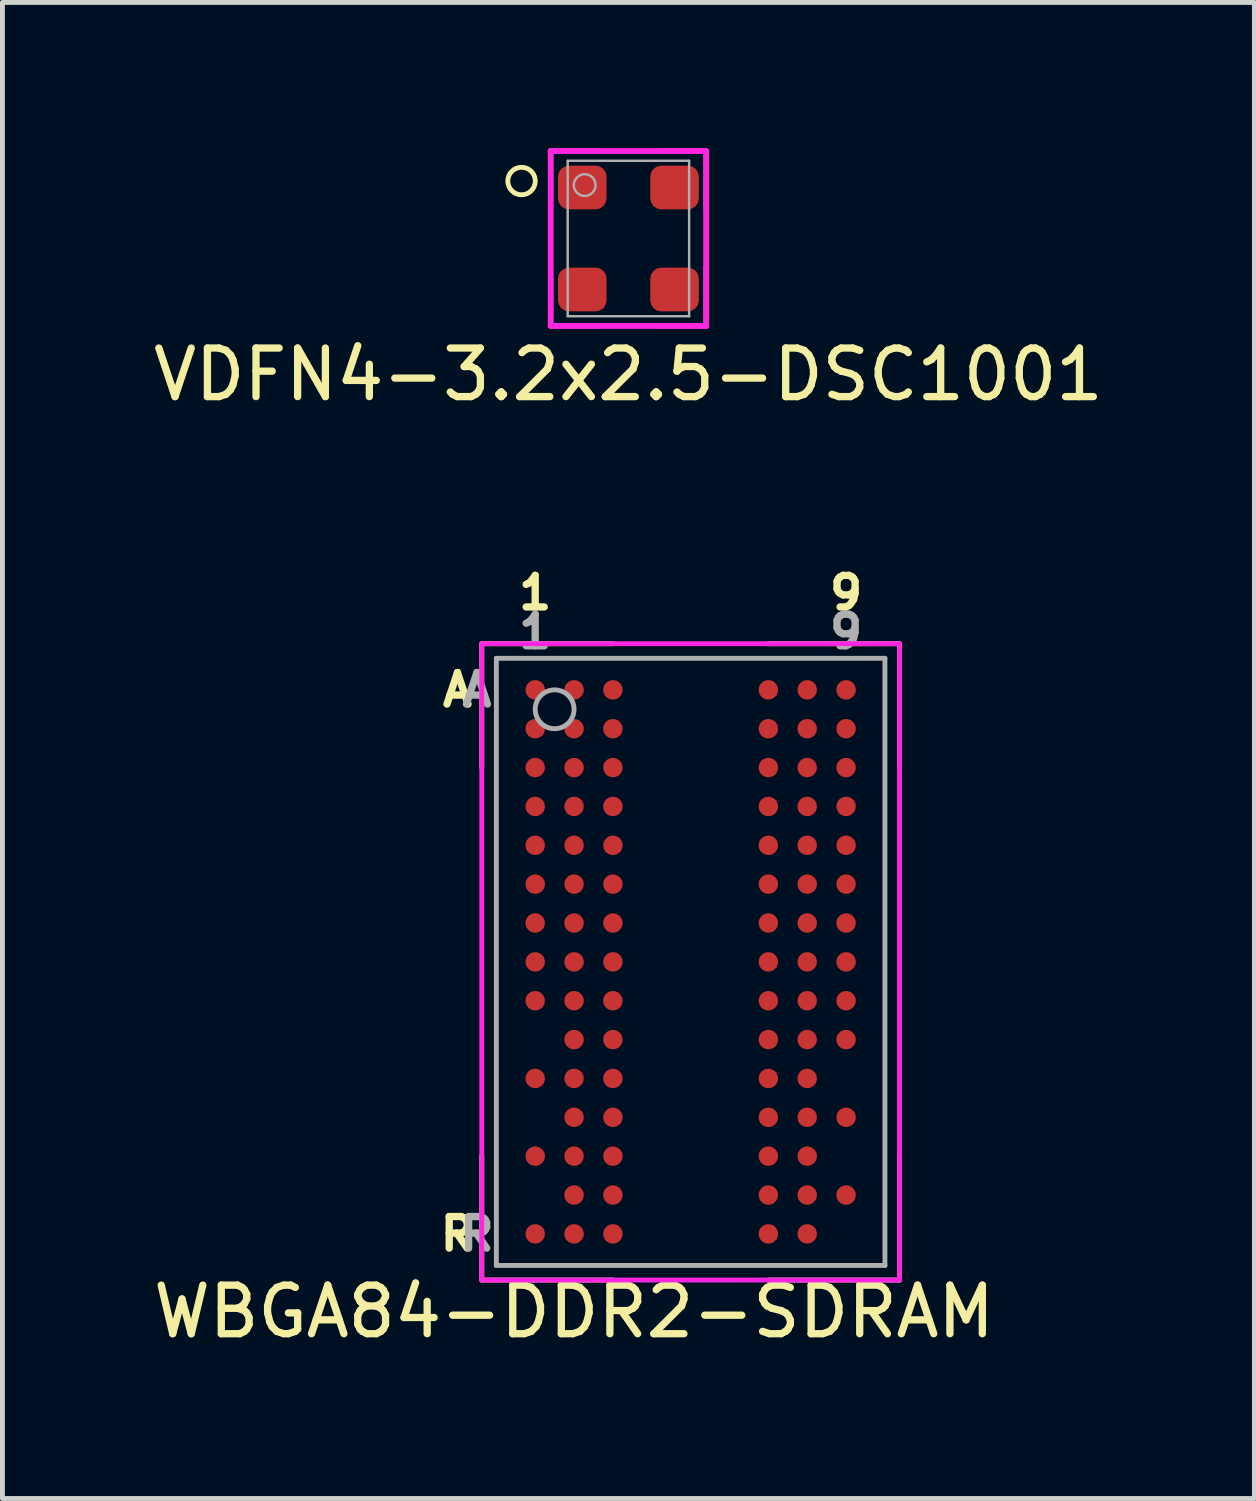
<source format=kicad_pcb>
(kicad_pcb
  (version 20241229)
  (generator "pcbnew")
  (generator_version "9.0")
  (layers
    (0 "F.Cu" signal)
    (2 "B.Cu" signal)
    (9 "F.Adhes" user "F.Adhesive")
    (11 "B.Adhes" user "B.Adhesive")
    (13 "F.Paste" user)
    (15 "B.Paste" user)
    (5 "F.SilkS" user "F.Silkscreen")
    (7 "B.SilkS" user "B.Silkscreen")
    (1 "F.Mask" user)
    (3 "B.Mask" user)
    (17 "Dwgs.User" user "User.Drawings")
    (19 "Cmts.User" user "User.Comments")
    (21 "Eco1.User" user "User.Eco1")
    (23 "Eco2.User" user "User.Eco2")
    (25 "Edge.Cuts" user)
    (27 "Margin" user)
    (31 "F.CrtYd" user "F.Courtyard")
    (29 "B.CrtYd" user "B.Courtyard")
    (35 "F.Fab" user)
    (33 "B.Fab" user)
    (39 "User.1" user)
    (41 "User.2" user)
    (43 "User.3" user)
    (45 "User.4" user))
  (footprint "WBGA84-DDR2-SDRAM"
    (layer "F.Cu")
    (at 11.168 16.752)
    (property "Reference" "WBGA84-DDR2-SDRAM" (at -2.4 7.2 0) (layer "F.SilkS") (effects (font (size 1 1) (thickness 0.15))))
    (attr through_hole)
    (fp_line (start -4.3 -6.55) (end -1.6 -6.55) (stroke (width 0.1) (type solid)) (layer "F.SilkS"))
    (fp_line (start -4.3 -4) (end -4.3 -6.55) (stroke (width 0.1) (type solid)) (layer "F.SilkS"))
    (fp_line (start -4.3 6.55) (end -4.3 4) (stroke (width 0.1) (type solid)) (layer "F.SilkS"))
    (fp_line (start -1.6 6.55) (end -4.3 6.55) (stroke (width 0.1) (type solid)) (layer "F.SilkS"))
    (fp_line (start 1.6 -6.55) (end 4.3 -6.55) (stroke (width 0.1) (type solid)) (layer "F.SilkS"))
    (fp_line (start 4.3 -6.55) (end 4.3 -4) (stroke (width 0.1) (type solid)) (layer "F.SilkS"))
    (fp_line (start 4.3 4) (end 4.3 6.55) (stroke (width 0.1) (type solid)) (layer "F.SilkS"))
    (fp_line (start 4.3 6.55) (end 1.6 6.55) (stroke (width 0.1) (type solid)) (layer "F.SilkS"))
    (fp_line (start -4.3 -6.55) (end 4.3 -6.55) (stroke (width 0.1) (type solid)) (layer "F.CrtYd"))
    (fp_line (start -4.3 6.55) (end -4.3 -6.55) (stroke (width 0.1) (type solid)) (layer "F.CrtYd"))
    (fp_line (start 4.3 -6.55) (end 4.3 6.55) (stroke (width 0.1) (type solid)) (layer "F.CrtYd"))
    (fp_line (start 4.3 6.55) (end -4.3 6.55) (stroke (width 0.1) (type solid)) (layer "F.CrtYd"))
    (fp_line (start -4 -6.25) (end 4 -6.25) (stroke (width 0.1) (type solid)) (layer "F.Fab"))
    (fp_line (start -4 6.25) (end -4 -6.25) (stroke (width 0.1) (type solid)) (layer "F.Fab"))
    (fp_line (start 4 -6.25) (end 4 6.25) (stroke (width 0.1) (type solid)) (layer "F.Fab"))
    (fp_line (start 4 6.25) (end -4 6.25) (stroke (width 0.1) (type solid)) (layer "F.Fab"))
    (fp_circle (center -2.8 -5.2) (end -2.4 -5.2) (stroke (width 0.1) (type solid)) (fill no) (layer "F.Fab"))
    (fp_text user "1" (at -3.2 -7.6 0) (layer "F.SilkS") (effects (font (size 0.65 0.65) (thickness 0.15))))
    (fp_text user "A" (at -4.8 -5.6 0) (layer "F.SilkS") (effects (font (size 0.65 0.65) (thickness 0.15))))
    (fp_text user "R" (at -4.8 5.6 0) (layer "F.SilkS") (effects (font (size 0.65 0.65) (thickness 0.15))))
    (fp_text user "9" (at 3.2 -7.6 0) (layer "F.SilkS") (effects (font (size 0.65 0.65) (thickness 0.15))))
    (fp_text user "1" (at -3.2 -6.8 0) (layer "F.Fab") (effects (font (size 0.65 0.65) (thickness 0.15))))
    (fp_text user "R" (at -4.4 5.6 0) (layer "F.Fab") (effects (font (size 0.65 0.65) (thickness 0.15))))
    (fp_text user "9" (at 3.2 -6.8 0) (layer "F.Fab") (effects (font (size 0.65 0.65) (thickness 0.15))))
    (fp_text user "A" (at -4.4 -5.6 0) (layer "F.Fab") (effects (font (size 0.65 0.65) (thickness 0.15))))
    (pad "A1" smd circle (at -3.2 -5.6) (size 0.4 0.4) (layers "F.Cu" "F.Mask" "F.Paste"))
    (pad "A2" smd circle (at -2.4 -5.6) (size 0.4 0.4) (layers "F.Cu" "F.Mask" "F.Paste"))
    (pad "A3" smd circle (at -1.6 -5.6) (size 0.4 0.4) (layers "F.Cu" "F.Mask" "F.Paste"))
    (pad "A7" smd circle (at 1.6 -5.6) (size 0.4 0.4) (layers "F.Cu" "F.Mask" "F.Paste"))
    (pad "A8" smd circle (at 2.4 -5.6) (size 0.4 0.4) (layers "F.Cu" "F.Mask" "F.Paste"))
    (pad "A9" smd circle (at 3.2 -5.6) (size 0.4 0.4) (layers "F.Cu" "F.Mask" "F.Paste"))
    (pad "B1" smd circle (at -3.2 -4.8) (size 0.4 0.4) (layers "F.Cu" "F.Mask" "F.Paste"))
    (pad "B2" smd circle (at -2.4 -4.8) (size 0.4 0.4) (layers "F.Cu" "F.Mask" "F.Paste"))
    (pad "B3" smd circle (at -1.6 -4.8) (size 0.4 0.4) (layers "F.Cu" "F.Mask" "F.Paste"))
    (pad "B7" smd circle (at 1.6 -4.8) (size 0.4 0.4) (layers "F.Cu" "F.Mask" "F.Paste"))
    (pad "B8" smd circle (at 2.4 -4.8) (size 0.4 0.4) (layers "F.Cu" "F.Mask" "F.Paste"))
    (pad "B9" smd circle (at 3.2 -4.8) (size 0.4 0.4) (layers "F.Cu" "F.Mask" "F.Paste"))
    (pad "C1" smd circle (at -3.2 -4) (size 0.4 0.4) (layers "F.Cu" "F.Mask" "F.Paste"))
    (pad "C2" smd circle (at -2.4 -4) (size 0.4 0.4) (layers "F.Cu" "F.Mask" "F.Paste"))
    (pad "C3" smd circle (at -1.6 -4) (size 0.4 0.4) (layers "F.Cu" "F.Mask" "F.Paste"))
    (pad "C7" smd circle (at 1.6 -4) (size 0.4 0.4) (layers "F.Cu" "F.Mask" "F.Paste"))
    (pad "C8" smd circle (at 2.4 -4) (size 0.4 0.4) (layers "F.Cu" "F.Mask" "F.Paste"))
    (pad "C9" smd circle (at 3.2 -4) (size 0.4 0.4) (layers "F.Cu" "F.Mask" "F.Paste"))
    (pad "D1" smd circle (at -3.2 -3.2) (size 0.4 0.4) (layers "F.Cu" "F.Mask" "F.Paste"))
    (pad "D2" smd circle (at -2.4 -3.2) (size 0.4 0.4) (layers "F.Cu" "F.Mask" "F.Paste"))
    (pad "D3" smd circle (at -1.6 -3.2) (size 0.4 0.4) (layers "F.Cu" "F.Mask" "F.Paste"))
    (pad "D7" smd circle (at 1.6 -3.2) (size 0.4 0.4) (layers "F.Cu" "F.Mask" "F.Paste"))
    (pad "D8" smd circle (at 2.4 -3.2) (size 0.4 0.4) (layers "F.Cu" "F.Mask" "F.Paste"))
    (pad "D9" smd circle (at 3.2 -3.2) (size 0.4 0.4) (layers "F.Cu" "F.Mask" "F.Paste"))
    (pad "E1" smd circle (at -3.2 -2.4) (size 0.4 0.4) (layers "F.Cu" "F.Mask" "F.Paste"))
    (pad "E2" smd circle (at -2.4 -2.4) (size 0.4 0.4) (layers "F.Cu" "F.Mask" "F.Paste"))
    (pad "E3" smd circle (at -1.6 -2.4) (size 0.4 0.4) (layers "F.Cu" "F.Mask" "F.Paste"))
    (pad "E7" smd circle (at 1.6 -2.4) (size 0.4 0.4) (layers "F.Cu" "F.Mask" "F.Paste"))
    (pad "E8" smd circle (at 2.4 -2.4) (size 0.4 0.4) (layers "F.Cu" "F.Mask" "F.Paste"))
    (pad "E9" smd circle (at 3.2 -2.4) (size 0.4 0.4) (layers "F.Cu" "F.Mask" "F.Paste"))
    (pad "F1" smd circle (at -3.2 -1.6) (size 0.4 0.4) (layers "F.Cu" "F.Mask" "F.Paste"))
    (pad "F2" smd circle (at -2.4 -1.6) (size 0.4 0.4) (layers "F.Cu" "F.Mask" "F.Paste"))
    (pad "F3" smd circle (at -1.6 -1.6) (size 0.4 0.4) (layers "F.Cu" "F.Mask" "F.Paste"))
    (pad "F7" smd circle (at 1.6 -1.6) (size 0.4 0.4) (layers "F.Cu" "F.Mask" "F.Paste"))
    (pad "F8" smd circle (at 2.4 -1.6) (size 0.4 0.4) (layers "F.Cu" "F.Mask" "F.Paste"))
    (pad "F9" smd circle (at 3.2 -1.6) (size 0.4 0.4) (layers "F.Cu" "F.Mask" "F.Paste"))
    (pad "G1" smd circle (at -3.2 -0.8) (size 0.4 0.4) (layers "F.Cu" "F.Mask" "F.Paste"))
    (pad "G2" smd circle (at -2.4 -0.8) (size 0.4 0.4) (layers "F.Cu" "F.Mask" "F.Paste"))
    (pad "G3" smd circle (at -1.6 -0.8) (size 0.4 0.4) (layers "F.Cu" "F.Mask" "F.Paste"))
    (pad "G7" smd circle (at 1.6 -0.8) (size 0.4 0.4) (layers "F.Cu" "F.Mask" "F.Paste"))
    (pad "G8" smd circle (at 2.4 -0.8) (size 0.4 0.4) (layers "F.Cu" "F.Mask" "F.Paste"))
    (pad "G9" smd circle (at 3.2 -0.8) (size 0.4 0.4) (layers "F.Cu" "F.Mask" "F.Paste"))
    (pad "H1" smd circle (at -3.2 0) (size 0.4 0.4) (layers "F.Cu" "F.Mask" "F.Paste"))
    (pad "H2" smd circle (at -2.4 0) (size 0.4 0.4) (layers "F.Cu" "F.Mask" "F.Paste"))
    (pad "H3" smd circle (at -1.6 0) (size 0.4 0.4) (layers "F.Cu" "F.Mask" "F.Paste"))
    (pad "H7" smd circle (at 1.6 0) (size 0.4 0.4) (layers "F.Cu" "F.Mask" "F.Paste"))
    (pad "H8" smd circle (at 2.4 0) (size 0.4 0.4) (layers "F.Cu" "F.Mask" "F.Paste"))
    (pad "H9" smd circle (at 3.2 0) (size 0.4 0.4) (layers "F.Cu" "F.Mask" "F.Paste"))
    (pad "J1" smd circle (at -3.2 0.8) (size 0.4 0.4) (layers "F.Cu" "F.Mask" "F.Paste"))
    (pad "J2" smd circle (at -2.4 0.8) (size 0.4 0.4) (layers "F.Cu" "F.Mask" "F.Paste"))
    (pad "J3" smd circle (at -1.6 0.8) (size 0.4 0.4) (layers "F.Cu" "F.Mask" "F.Paste"))
    (pad "J7" smd circle (at 1.6 0.8) (size 0.4 0.4) (layers "F.Cu" "F.Mask" "F.Paste"))
    (pad "J8" smd circle (at 2.4 0.8) (size 0.4 0.4) (layers "F.Cu" "F.Mask" "F.Paste"))
    (pad "J9" smd circle (at 3.2 0.8) (size 0.4 0.4) (layers "F.Cu" "F.Mask" "F.Paste"))
    (pad "K2" smd circle (at -2.4 1.6) (size 0.4 0.4) (layers "F.Cu" "F.Mask" "F.Paste"))
    (pad "K3" smd circle (at -1.6 1.6) (size 0.4 0.4) (layers "F.Cu" "F.Mask" "F.Paste"))
    (pad "K7" smd circle (at 1.6 1.6) (size 0.4 0.4) (layers "F.Cu" "F.Mask" "F.Paste"))
    (pad "K8" smd circle (at 2.4 1.6) (size 0.4 0.4) (layers "F.Cu" "F.Mask" "F.Paste"))
    (pad "K9" smd circle (at 3.2 1.6) (size 0.4 0.4) (layers "F.Cu" "F.Mask" "F.Paste"))
    (pad "L1" smd circle (at -3.2 2.4 90) (size 0.4 0.4) (layers "F.Cu" "F.Mask" "F.Paste"))
    (pad "L2" smd circle (at -2.4 2.4) (size 0.4 0.4) (layers "F.Cu" "F.Mask" "F.Paste"))
    (pad "L3" smd circle (at -1.6 2.4) (size 0.4 0.4) (layers "F.Cu" "F.Mask" "F.Paste"))
    (pad "L7" smd circle (at 1.6 2.4) (size 0.4 0.4) (layers "F.Cu" "F.Mask" "F.Paste"))
    (pad "L8" smd circle (at 2.4 2.4) (size 0.4 0.4) (layers "F.Cu" "F.Mask" "F.Paste"))
    (pad "M2" smd circle (at -2.4 3.2) (size 0.4 0.4) (layers "F.Cu" "F.Mask" "F.Paste"))
    (pad "M3" smd circle (at -1.6 3.2) (size 0.4 0.4) (layers "F.Cu" "F.Mask" "F.Paste"))
    (pad "M7" smd circle (at 1.6 3.2) (size 0.4 0.4) (layers "F.Cu" "F.Mask" "F.Paste"))
    (pad "M8" smd circle (at 2.4 3.2) (size 0.4 0.4) (layers "F.Cu" "F.Mask" "F.Paste"))
    (pad "M9" smd circle (at 3.2 3.2) (size 0.4 0.4) (layers "F.Cu" "F.Mask" "F.Paste"))
    (pad "N1" smd circle (at -3.2 4) (size 0.4 0.4) (layers "F.Cu" "F.Mask" "F.Paste"))
    (pad "N2" smd circle (at -2.4 4) (size 0.4 0.4) (layers "F.Cu" "F.Mask" "F.Paste"))
    (pad "N3" smd circle (at -1.6 4) (size 0.4 0.4) (layers "F.Cu" "F.Mask" "F.Paste"))
    (pad "N7" smd circle (at 1.6 4) (size 0.4 0.4) (layers "F.Cu" "F.Mask" "F.Paste"))
    (pad "N8" smd circle (at 2.4 4) (size 0.4 0.4) (layers "F.Cu" "F.Mask" "F.Paste"))
    (pad "P2" smd circle (at -2.4 4.8) (size 0.4 0.4) (layers "F.Cu" "F.Mask" "F.Paste"))
    (pad "P3" smd circle (at -1.6 4.8) (size 0.4 0.4) (layers "F.Cu" "F.Mask" "F.Paste"))
    (pad "P7" smd circle (at 1.6 4.8) (size 0.4 0.4) (layers "F.Cu" "F.Mask" "F.Paste"))
    (pad "P8" smd circle (at 2.4 4.8) (size 0.4 0.4) (layers "F.Cu" "F.Mask" "F.Paste"))
    (pad "P9" smd circle (at 3.2 4.8) (size 0.4 0.4) (layers "F.Cu" "F.Mask" "F.Paste"))
    (pad "R1" smd circle (at -3.2 5.6) (size 0.4 0.4) (layers "F.Cu" "F.Mask" "F.Paste"))
    (pad "R2" smd circle (at -2.4 5.6) (size 0.4 0.4) (layers "F.Cu" "F.Mask" "F.Paste"))
    (pad "R3" smd circle (at -1.6 5.6 90) (size 0.4 0.4) (layers "F.Cu" "F.Mask" "F.Paste"))
    (pad "R7" smd circle (at 1.6 5.6 90) (size 0.4 0.4) (layers "F.Cu" "F.Mask" "F.Paste"))
    (pad "R8" smd circle (at 2.4 5.6 90) (size 0.4 0.4) (layers "F.Cu" "F.Mask" "F.Paste")))
  (footprint "VDFN4-3.2x2.5-DSC1001"
    (layer "F.Cu")
    (at 9.887 1.86)
    (property "Reference" "VDFN4-3.2x2.5-DSC1001" (at 0 2.8 0) (layer "F.SilkS") (effects (font (size 1 1) (thickness 0.15))))
    (attr through_hole)
    (fp_line (start -1.6 -1.8) (end -0.6 -1.8) (stroke (width 0.1) (type solid)) (layer "F.SilkS"))
    (fp_line (start -1.6 -0.6) (end -1.6 -1.8) (stroke (width 0.1) (type solid)) (layer "F.SilkS"))
    (fp_line (start -1.6 1.8) (end -1.6 0.6) (stroke (width 0.1) (type solid)) (layer "F.SilkS"))
    (fp_line (start -0.6 1.8) (end -1.6 1.8) (stroke (width 0.1) (type solid)) (layer "F.SilkS"))
    (fp_line (start 0.6 -1.8) (end 1.6 -1.8) (stroke (width 0.1) (type solid)) (layer "F.SilkS"))
    (fp_line (start 1.6 -1.8) (end 1.6 -0.6) (stroke (width 0.1) (type solid)) (layer "F.SilkS"))
    (fp_line (start 1.6 0.6) (end 1.6 1.8) (stroke (width 0.1) (type solid)) (layer "F.SilkS"))
    (fp_line (start 1.6 1.8) (end 0.6 1.8) (stroke (width 0.1) (type solid)) (layer "F.SilkS"))
    (fp_circle (center -2.2 -1.183) (end -2 -0.983) (stroke (width 0.1) (type solid)) (fill no) (layer "F.SilkS"))
    (fp_line (start -1.6 -1.8) (end 1.6 -1.8) (stroke (width 0.12) (type solid)) (layer "F.CrtYd"))
    (fp_line (start -1.6 1.8) (end -1.6 -1.8) (stroke (width 0.12) (type solid)) (layer "F.CrtYd"))
    (fp_line (start 1.6 -1.8) (end 1.6 1.8) (stroke (width 0.12) (type solid)) (layer "F.CrtYd"))
    (fp_line (start 1.6 1.8) (end -1.6 1.8) (stroke (width 0.12) (type solid)) (layer "F.CrtYd"))
    (fp_line (start -1.25 -1.6) (end 1.25 -1.6) (stroke (width 0.05) (type solid)) (layer "F.Fab"))
    (fp_line (start -1.25 1.6) (end -1.25 -1.6) (stroke (width 0.05) (type solid)) (layer "F.Fab"))
    (fp_line (start 1.25 -1.6) (end 1.25 1.6) (stroke (width 0.05) (type solid)) (layer "F.Fab"))
    (fp_line (start 1.25 1.6) (end -1.25 1.6) (stroke (width 0.05) (type solid)) (layer "F.Fab"))
    (fp_circle (center -0.9 -1.1) (end -0.7 -1) (stroke (width 0.05) (type solid)) (fill no) (layer "F.Fab"))
    (pad "1" smd roundrect (at -0.95 -1.05) (size 1 0.9) (layers "F.Cu" "F.Mask" "F.Paste") (roundrect_rratio 0.25))
    (pad "2" smd roundrect (at -0.95 1.05) (size 1 0.9) (layers "F.Cu" "F.Mask" "F.Paste") (roundrect_rratio 0.25))
    (pad "3" smd roundrect (at 0.95 1.05) (size 1 0.9) (layers "F.Cu" "F.Mask" "F.Paste") (roundrect_rratio 0.25))
    (pad "4" smd roundrect (at 0.95 -1.05) (size 1 0.9) (layers "F.Cu" "F.Mask" "F.Paste") (roundrect_rratio 0.25)))
  (gr_rect
    (start -3 -3)
    (end 22.774 27.8)
    (stroke (width 0.1) (type default))
    (fill no)
    (layer "Edge.Cuts")))
</source>
